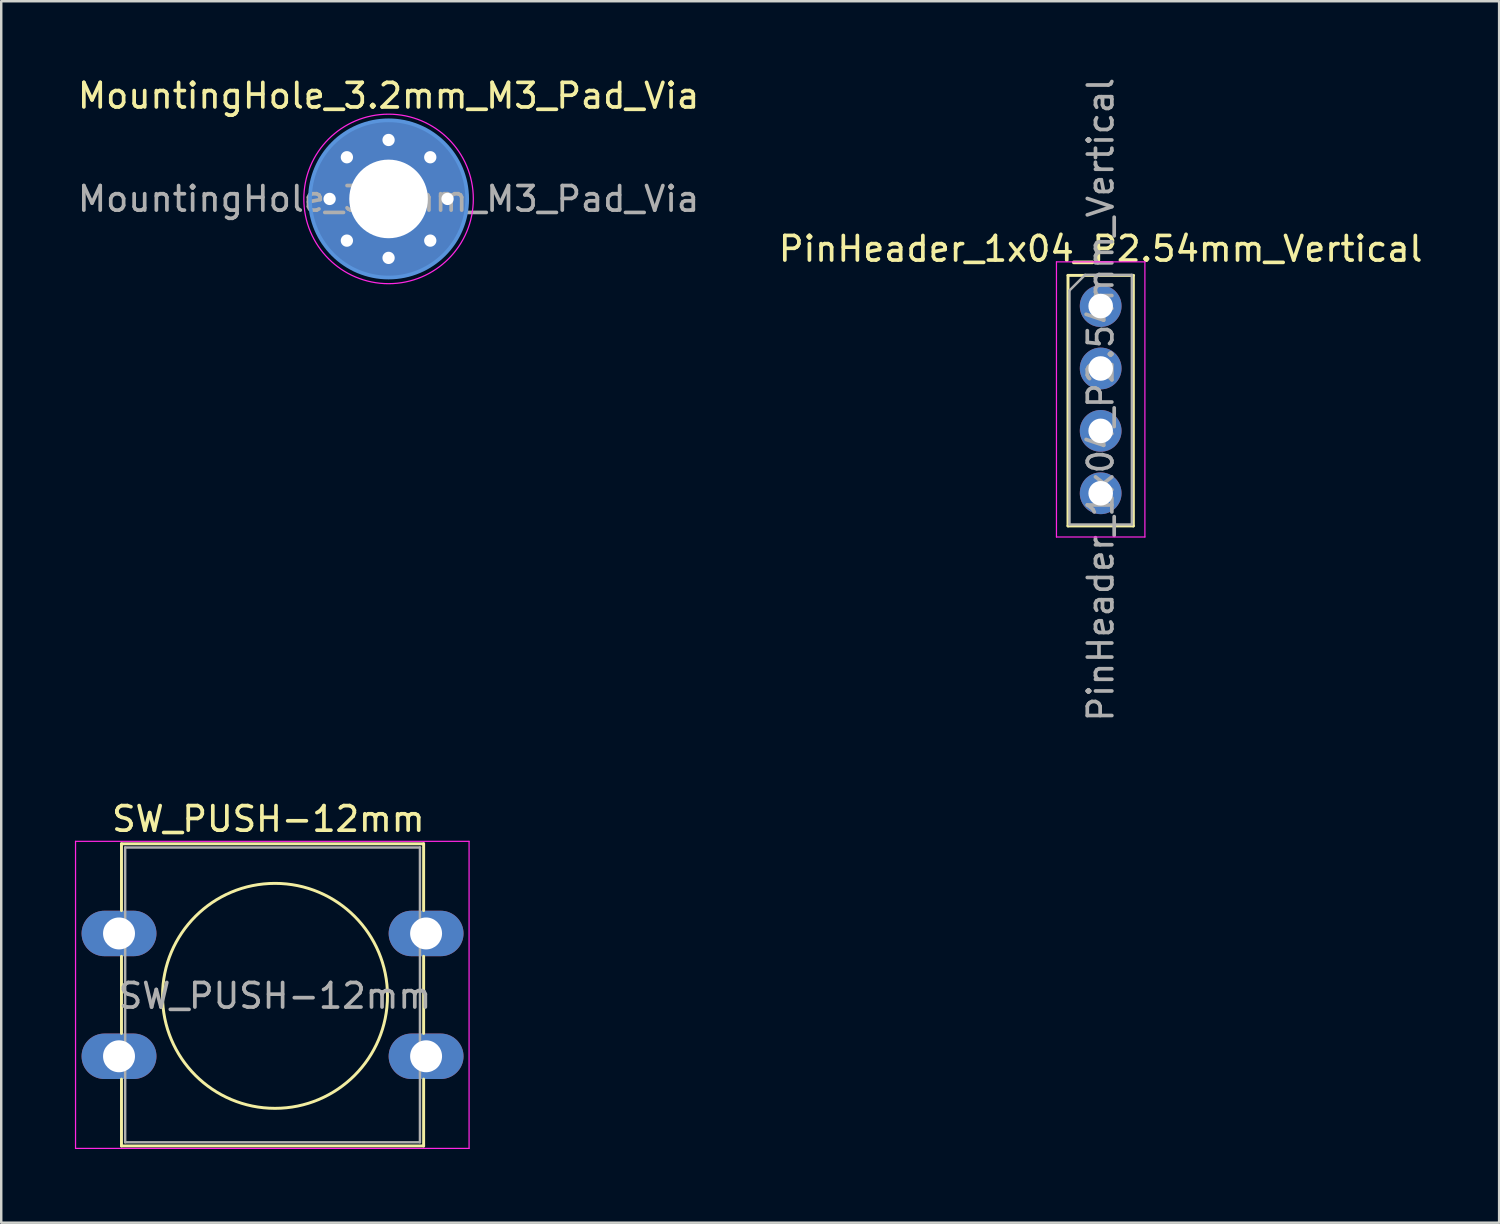
<source format=kicad_pcb>
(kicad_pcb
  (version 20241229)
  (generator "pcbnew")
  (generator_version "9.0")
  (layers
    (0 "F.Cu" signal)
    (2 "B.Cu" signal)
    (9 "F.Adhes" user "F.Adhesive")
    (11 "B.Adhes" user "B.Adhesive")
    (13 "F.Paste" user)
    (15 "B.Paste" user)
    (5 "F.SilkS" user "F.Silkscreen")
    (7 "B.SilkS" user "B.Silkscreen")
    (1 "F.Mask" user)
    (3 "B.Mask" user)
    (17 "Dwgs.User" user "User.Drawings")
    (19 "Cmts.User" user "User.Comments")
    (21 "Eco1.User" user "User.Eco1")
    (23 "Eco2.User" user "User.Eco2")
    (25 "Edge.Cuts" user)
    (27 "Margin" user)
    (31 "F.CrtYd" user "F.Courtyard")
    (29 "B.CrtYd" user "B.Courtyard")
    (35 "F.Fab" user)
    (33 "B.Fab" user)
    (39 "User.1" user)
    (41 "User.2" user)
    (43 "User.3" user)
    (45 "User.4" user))
  (footprint "PinHeader_1x04_P2.54mm_Vertical"
    (layer "F.Cu")
    (at 41.756 9.41)
    (property "Reference" "PinHeader_1x04_P2.54mm_Vertical" (at 0 -2.33 0) (layer "F.SilkS") (effects (font (size 1 1) (thickness 0.15))))
    (attr through_hole)
    (fp_line (start -1.33 -1.25) (end -1.33 8.95) (stroke (width 0.12) (type solid)) (layer "F.SilkS"))
    (fp_line (start -1.33 -1.25) (end 1.33 -1.25) (stroke (width 0.12) (type solid)) (layer "F.SilkS"))
    (fp_line (start -1.33 8.95) (end 1.33 8.95) (stroke (width 0.12) (type solid)) (layer "F.SilkS"))
    (fp_line (start 1.33 -1.25) (end 1.33 8.95) (stroke (width 0.12) (type solid)) (layer "F.SilkS"))
    (fp_line (start -1.8 -1.8) (end -1.8 9.4) (stroke (width 0.05) (type solid)) (layer "F.CrtYd"))
    (fp_line (start -1.8 9.4) (end 1.8 9.4) (stroke (width 0.05) (type solid)) (layer "F.CrtYd"))
    (fp_line (start 1.8 -1.8) (end -1.8 -1.8) (stroke (width 0.05) (type solid)) (layer "F.CrtYd"))
    (fp_line (start 1.8 9.4) (end 1.8 -1.8) (stroke (width 0.05) (type solid)) (layer "F.CrtYd"))
    (fp_line (start -1.27 -0.635) (end -0.635 -1.27) (stroke (width 0.1) (type solid)) (layer "F.Fab"))
    (fp_line (start -1.27 8.89) (end -1.27 -0.635) (stroke (width 0.1) (type solid)) (layer "F.Fab"))
    (fp_line (start -0.635 -1.27) (end 1.27 -1.27) (stroke (width 0.1) (type solid)) (layer "F.Fab"))
    (fp_line (start 1.27 -1.27) (end 1.27 8.89) (stroke (width 0.1) (type solid)) (layer "F.Fab"))
    (fp_line (start 1.27 8.89) (end -1.27 8.89) (stroke (width 0.1) (type solid)) (layer "F.Fab"))
    (fp_text user "${REFERENCE}" (at 0 3.81 90) (layer "F.Fab") (effects (font (size 1 1) (thickness 0.15))))
    (pad "1" thru_hole circle (at 0 0) (size 1.7 1.7) (drill 1) (layers "*.Cu" "*.Mask"))
    (pad "2" thru_hole oval (at 0 2.54) (size 1.7 1.7) (drill 1) (layers "*.Cu" "*.Mask"))
    (pad "3" thru_hole oval (at 0 5.08) (size 1.7 1.7) (drill 1) (layers "*.Cu" "*.Mask"))
    (pad "4" thru_hole oval (at 0 7.62) (size 1.7 1.7) (drill 1) (layers "*.Cu" "*.Mask")))
  (footprint "SW_PUSH-12mm"
    (layer "F.Cu")
    (at 1.795 34.949)
    (property "Reference" "SW_PUSH-12mm" (at 6.08 -4.66 0) (layer "F.SilkS") (effects (font (size 1 1) (thickness 0.15))))
    (attr through_hole)
    (fp_line (start 0.1 -3.65) (end 12.4 -3.65) (stroke (width 0.12) (type solid)) (layer "F.SilkS"))
    (fp_line (start 0.1 -0.93) (end 0.1 -3.65) (stroke (width 0.12) (type solid)) (layer "F.SilkS"))
    (fp_line (start 0.1 4.07) (end 0.1 0.93) (stroke (width 0.12) (type solid)) (layer "F.SilkS"))
    (fp_line (start 0.1 8.65) (end 0.1 5.93) (stroke (width 0.12) (type solid)) (layer "F.SilkS"))
    (fp_line (start 12.4 -3.65) (end 12.4 -0.93) (stroke (width 0.12) (type solid)) (layer "F.SilkS"))
    (fp_line (start 12.4 0.93) (end 12.4 4.07) (stroke (width 0.12) (type solid)) (layer "F.SilkS"))
    (fp_line (start 12.4 5.93) (end 12.4 8.65) (stroke (width 0.12) (type solid)) (layer "F.SilkS"))
    (fp_line (start 12.4 8.65) (end 0.1 8.65) (stroke (width 0.12) (type solid)) (layer "F.SilkS"))
    (fp_circle (center 6.35 2.54) (end 10.16 5.08) (stroke (width 0.12) (type solid)) (fill no) (layer "F.SilkS"))
    (fp_line (start -1.77 -3.75) (end -1.77 8.75) (stroke (width 0.05) (type solid)) (layer "F.CrtYd"))
    (fp_line (start -1.77 -3.75) (end 14.25 -3.75) (stroke (width 0.05) (type solid)) (layer "F.CrtYd"))
    (fp_line (start 14.25 8.75) (end -1.77 8.75) (stroke (width 0.05) (type solid)) (layer "F.CrtYd"))
    (fp_line (start 14.25 8.75) (end 14.25 -3.75) (stroke (width 0.05) (type solid)) (layer "F.CrtYd"))
    (fp_line (start 0.25 -3.5) (end 0.25 8.5) (stroke (width 0.1) (type solid)) (layer "F.Fab"))
    (fp_line (start 0.25 -3.5) (end 12.25 -3.5) (stroke (width 0.1) (type solid)) (layer "F.Fab"))
    (fp_line (start 0.25 8.5) (end 12.25 8.5) (stroke (width 0.1) (type solid)) (layer "F.Fab"))
    (fp_line (start 12.25 -3.5) (end 12.25 8.5) (stroke (width 0.1) (type solid)) (layer "F.Fab"))
    (fp_text user "${REFERENCE}" (at 6.35 2.54 0) (layer "F.Fab") (effects (font (size 1 1) (thickness 0.15))))
    (pad "1" thru_hole oval (at 0 0) (size 3.048 1.85) (drill 1.3) (layers "*.Cu" "*.Mask"))
    (pad "1" thru_hole oval (at 12.5 0) (size 3.048 1.85) (drill 1.3) (layers "*.Cu" "*.Mask"))
    (pad "2" thru_hole oval (at 0 5) (size 3.048 1.85) (drill 1.3) (layers "*.Cu" "*.Mask"))
    (pad "2" thru_hole oval (at 12.5 5) (size 3.048 1.85) (drill 1.3) (layers "*.Cu" "*.Mask")))
  (footprint "MountingHole_3.2mm_M3_Pad_Via"
    (layer "F.Cu")
    (at 12.768 5.048)
    (property "Reference" "MountingHole_3.2mm_M3_Pad_Via" (at 0 -4.2 0) (layer "F.SilkS") (effects (font (size 1 1) (thickness 0.15))))
    (attr exclude_from_pos_files)
    (fp_circle (center 0 0) (end 3.2 0) (stroke (width 0.15) (type solid)) (fill no) (layer "Cmts.User"))
    (fp_circle (center 0 0) (end 3.45 0) (stroke (width 0.05) (type solid)) (fill no) (layer "F.CrtYd"))
    (fp_text user "${REFERENCE}" (at 0 0 0) (layer "F.Fab") (effects (font (size 1 1) (thickness 0.15))))
    (pad "1" thru_hole circle (at -2.4 0) (size 0.8 0.8) (drill 0.5) (layers "*.Cu" "*.Mask"))
    (pad "1" thru_hole circle (at -1.697 -1.697) (size 0.8 0.8) (drill 0.5) (layers "*.Cu" "*.Mask"))
    (pad "1" thru_hole circle (at -1.697 1.697) (size 0.8 0.8) (drill 0.5) (layers "*.Cu" "*.Mask"))
    (pad "1" thru_hole circle (at 0 -2.4) (size 0.8 0.8) (drill 0.5) (layers "*.Cu" "*.Mask"))
    (pad "1" thru_hole circle (at 0 0) (size 6.4 6.4) (drill 3.2) (layers "*.Cu" "*.Mask"))
    (pad "1" thru_hole circle (at 0 2.4) (size 0.8 0.8) (drill 0.5) (layers "*.Cu" "*.Mask"))
    (pad "1" thru_hole circle (at 1.697 -1.697) (size 0.8 0.8) (drill 0.5) (layers "*.Cu" "*.Mask"))
    (pad "1" thru_hole circle (at 1.697 1.697) (size 0.8 0.8) (drill 0.5) (layers "*.Cu" "*.Mask"))
    (pad "1" thru_hole circle (at 2.4 0) (size 0.8 0.8) (drill 0.5) (layers "*.Cu" "*.Mask")))
  (gr_rect
    (start -3 -3)
    (end 57.976 46.724)
    (stroke (width 0.1) (type default))
    (fill no)
    (layer "Edge.Cuts")))
</source>
